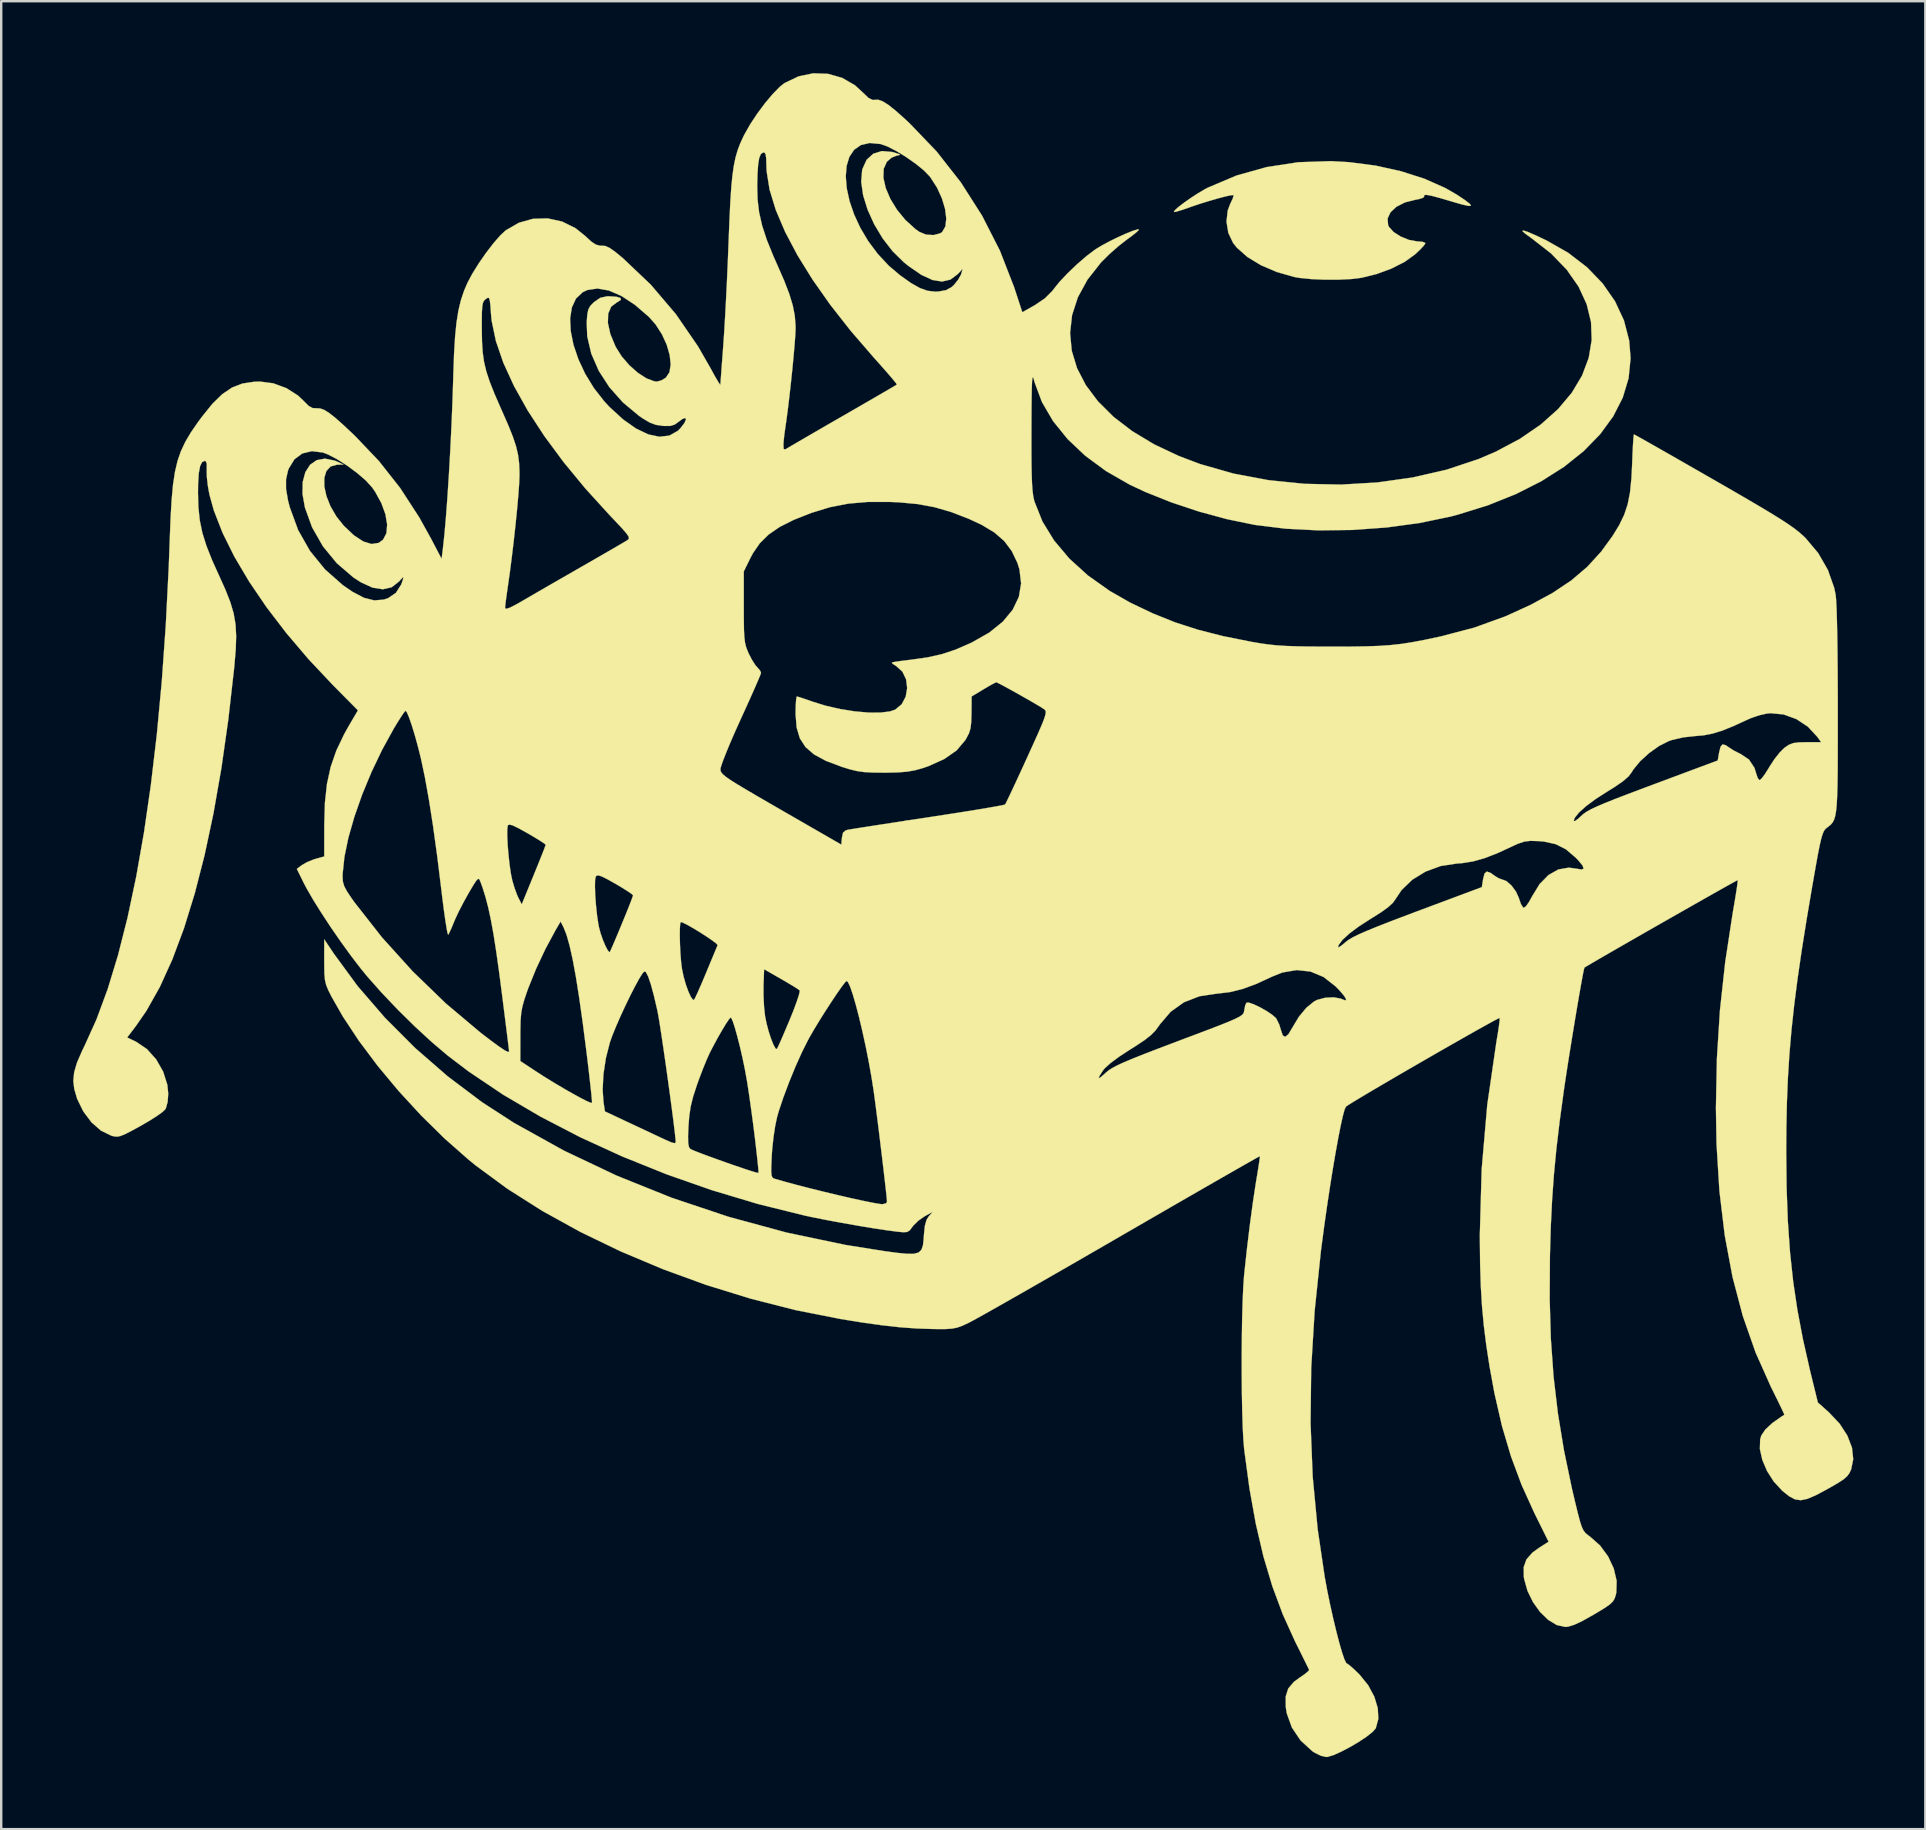
<source format=kicad_pcb>
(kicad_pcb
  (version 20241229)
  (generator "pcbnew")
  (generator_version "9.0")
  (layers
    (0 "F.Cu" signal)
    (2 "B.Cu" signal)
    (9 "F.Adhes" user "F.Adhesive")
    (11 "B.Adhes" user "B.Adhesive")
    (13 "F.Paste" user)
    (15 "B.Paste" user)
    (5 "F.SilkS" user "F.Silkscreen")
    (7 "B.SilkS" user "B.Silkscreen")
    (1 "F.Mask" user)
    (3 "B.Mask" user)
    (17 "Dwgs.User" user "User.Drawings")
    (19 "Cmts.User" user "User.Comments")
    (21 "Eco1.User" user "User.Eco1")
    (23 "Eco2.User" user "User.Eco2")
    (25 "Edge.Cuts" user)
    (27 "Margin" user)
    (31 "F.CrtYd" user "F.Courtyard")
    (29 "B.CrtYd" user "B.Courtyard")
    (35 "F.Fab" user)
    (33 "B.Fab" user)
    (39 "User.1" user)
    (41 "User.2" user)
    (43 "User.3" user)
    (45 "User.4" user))
  (footprint "perry-89mm"
    (layer "F.Cu")
    (at 36.963 34.611)
    (property "Reference" "perry-89mm" (at 0 0 0) (layer "F.SilkS") (effects (font (size 1.524 1.524) (thickness 0.3))))
    (attr through_hole)
    (fp_poly (pts (xy 16.202 -30.904) (xy 17.311 -30.76) (xy 18.37 -30.526) (xy 19.349 -30.212) (xy 20.217 -29.827) (xy 20.718 -29.537) (xy 21.053 -29.312) (xy 21.244 -29.163) (xy 21.289 -29.087) (xy 21.184 -29.08) (xy 20.926 -29.137) (xy 20.513 -29.256) (xy 20.484 -29.265) (xy 19.998 -29.408) (xy 19.656 -29.499) (xy 19.442 -29.54) (xy 19.341 -29.533) (xy 19.335 -29.483) (xy 19.34 -29.473) (xy 19.293 -29.419) (xy 19.122 -29.364) (xy 18.986 -29.339) (xy 18.54 -29.227) (xy 18.184 -29.046) (xy 17.935 -28.815) (xy 17.813 -28.554) (xy 17.836 -28.28) (xy 17.872 -28.204) (xy 18.061 -27.994) (xy 18.359 -27.803) (xy 18.705 -27.663) (xy 19.039 -27.602) (xy 19.068 -27.601) (xy 19.273 -27.583) (xy 19.383 -27.539) (xy 19.389 -27.525) (xy 19.33 -27.433) (xy 19.176 -27.267) (xy 18.961 -27.063) (xy 18.529 -26.751) (xy 17.976 -26.469) (xy 17.351 -26.239) (xy 16.727 -26.085) (xy 16.297 -26.032) (xy 15.764 -26.006) (xy 15.19 -26.005) (xy 14.631 -26.03) (xy 14.147 -26.078) (xy 13.928 -26.117) (xy 13.195 -26.325) (xy 12.533 -26.609) (xy 11.969 -26.952) (xy 11.531 -27.34) (xy 11.375 -27.536) (xy 11.176 -27.954) (xy 11.1 -28.426) (xy 11.151 -28.89) (xy 11.254 -29.162) (xy 11.352 -29.369) (xy 11.396 -29.505) (xy 11.393 -29.529) (xy 11.297 -29.526) (xy 11.074 -29.479) (xy 10.762 -29.397) (xy 10.393 -29.291) (xy 10.004 -29.171) (xy 9.629 -29.045) (xy 9.526 -29.008) (xy 9.238 -28.909) (xy 9.02 -28.843) (xy 8.912 -28.824) (xy 8.907 -28.826) (xy 8.944 -28.896) (xy 9.094 -29.032) (xy 9.326 -29.21) (xy 9.607 -29.408) (xy 9.907 -29.603) (xy 10.194 -29.773) (xy 10.325 -29.842) (xy 11.519 -30.347) (xy 12.78 -30.7) (xy 14.097 -30.901) (xy 15.455 -30.946) (xy 16.202 -30.904)) (stroke (width 0.01) (type solid)) (fill yes) (layer "F.SilkS"))
    (fp_poly (pts (xy -5.506 -34.584) (xy -4.917 -34.416) (xy -4.383 -34.107) (xy -4.043 -33.795) (xy -3.816 -33.577) (xy -3.642 -33.495) (xy -3.572 -33.499) (xy -3.417 -33.505) (xy -3.23 -33.44) (xy -2.991 -33.291) (xy -2.683 -33.045) (xy -2.287 -32.691) (xy -2.105 -32.521) (xy -0.981 -31.349) (xy 0.028 -30.062) (xy 0.911 -28.678) (xy 1.655 -27.218) (xy 2.246 -25.701) (xy 2.267 -25.638) (xy 2.591 -24.649) (xy 3.115 -24.944) (xy 3.534 -25.229) (xy 3.846 -25.542) (xy 3.884 -25.595) (xy 4.132 -25.905) (xy 4.476 -26.27) (xy 4.87 -26.647) (xy 5.272 -26.994) (xy 5.628 -27.263) (xy 5.887 -27.422) (xy 6.217 -27.599) (xy 6.576 -27.776) (xy 6.922 -27.932) (xy 7.215 -28.048) (xy 7.413 -28.105) (xy 7.443 -28.108) (xy 7.434 -28.065) (xy 7.308 -27.949) (xy 7.091 -27.78) (xy 6.971 -27.695) (xy 6.617 -27.42) (xy 6.233 -27.083) (xy 5.897 -26.751) (xy 5.867 -26.719) (xy 5.303 -26.002) (xy 4.904 -25.269) (xy 4.664 -24.526) (xy 4.581 -23.782) (xy 4.651 -23.043) (xy 4.871 -22.318) (xy 5.236 -21.613) (xy 5.743 -20.936) (xy 6.388 -20.294) (xy 7.168 -19.696) (xy 8.078 -19.147) (xy 9.116 -18.657) (xy 10.005 -18.321) (xy 11.397 -17.924) (xy 12.855 -17.65) (xy 14.355 -17.498) (xy 15.872 -17.466) (xy 17.379 -17.555) (xy 18.853 -17.762) (xy 20.267 -18.086) (xy 21.597 -18.528) (xy 22.319 -18.836) (xy 23.329 -19.373) (xy 24.196 -19.968) (xy 24.917 -20.611) (xy 25.491 -21.294) (xy 25.917 -22.007) (xy 26.194 -22.741) (xy 26.319 -23.489) (xy 26.291 -24.24) (xy 26.11 -24.985) (xy 25.772 -25.717) (xy 25.277 -26.425) (xy 24.624 -27.101) (xy 23.81 -27.736) (xy 23.806 -27.738) (xy 23.546 -27.926) (xy 23.432 -28.032) (xy 23.464 -28.057) (xy 23.64 -28.002) (xy 23.958 -27.866) (xy 24.416 -27.65) (xy 24.426 -27.646) (xy 25.334 -27.13) (xy 26.119 -26.528) (xy 26.774 -25.85) (xy 27.291 -25.106) (xy 27.663 -24.309) (xy 27.881 -23.469) (xy 27.94 -22.733) (xy 27.857 -21.899) (xy 27.613 -21.089) (xy 27.214 -20.308) (xy 26.669 -19.563) (xy 25.984 -18.861) (xy 25.167 -18.207) (xy 24.224 -17.609) (xy 23.163 -17.072) (xy 21.992 -16.602) (xy 20.717 -16.207) (xy 20.43 -16.132) (xy 19.148 -15.865) (xy 17.774 -15.679) (xy 16.353 -15.576) (xy 14.934 -15.558) (xy 13.563 -15.628) (xy 12.286 -15.786) (xy 12.258 -15.791) (xy 11.123 -16.025) (xy 9.952 -16.343) (xy 8.799 -16.727) (xy 7.72 -17.158) (xy 7.062 -17.466) (xy 6.084 -18.027) (xy 5.218 -18.664) (xy 4.476 -19.365) (xy 3.869 -20.118) (xy 3.407 -20.91) (xy 3.102 -21.731) (xy 3.084 -21.802) (xy 3.054 -21.906) (xy 3.029 -21.94) (xy 3.01 -21.891) (xy 2.996 -21.745) (xy 2.986 -21.488) (xy 2.979 -21.107) (xy 2.974 -20.587) (xy 2.971 -19.914) (xy 2.971 -19.722) (xy 2.97 -18.965) (xy 2.973 -18.357) (xy 2.982 -17.876) (xy 2.996 -17.503) (xy 3.017 -17.215) (xy 3.045 -16.994) (xy 3.082 -16.817) (xy 3.098 -16.758) (xy 3.428 -15.931) (xy 3.916 -15.135) (xy 4.553 -14.379) (xy 5.331 -13.674) (xy 6.241 -13.03) (xy 7.094 -12.544) (xy 8.024 -12.1) (xy 8.951 -11.728) (xy 9.919 -11.415) (xy 10.969 -11.148) (xy 12.145 -10.913) (xy 12.169 -10.909) (xy 12.529 -10.848) (xy 12.864 -10.801) (xy 13.202 -10.766) (xy 13.576 -10.742) (xy 14.016 -10.727) (xy 14.552 -10.718) (xy 15.215 -10.714) (xy 15.494 -10.714) (xy 16.27 -10.716) (xy 16.912 -10.725) (xy 17.454 -10.744) (xy 17.933 -10.777) (xy 18.383 -10.827) (xy 18.84 -10.898) (xy 19.338 -10.992) (xy 19.912 -11.114) (xy 20.066 -11.148) (xy 21.432 -11.508) (xy 22.728 -11.977) (xy 23.767 -12.451) (xy 24.687 -12.949) (xy 25.465 -13.469) (xy 26.131 -14.035) (xy 26.712 -14.67) (xy 27.189 -15.325) (xy 27.466 -15.778) (xy 27.672 -16.205) (xy 27.819 -16.645) (xy 27.916 -17.139) (xy 27.975 -17.728) (xy 28.004 -18.309) (xy 28.021 -18.747) (xy 28.039 -19.118) (xy 28.058 -19.392) (xy 28.074 -19.54) (xy 28.081 -19.558) (xy 28.159 -19.517) (xy 28.37 -19.4) (xy 28.697 -19.216) (xy 29.126 -18.972) (xy 29.642 -18.678) (xy 30.23 -18.341) (xy 30.876 -17.971) (xy 31.394 -17.674) (xy 32.2 -17.21) (xy 32.873 -16.819) (xy 33.429 -16.491) (xy 33.882 -16.218) (xy 34.247 -15.99) (xy 34.539 -15.797) (xy 34.774 -15.631) (xy 34.965 -15.48) (xy 35.129 -15.336) (xy 35.23 -15.24) (xy 35.756 -14.615) (xy 36.161 -13.912) (xy 36.425 -13.166) (xy 36.486 -12.869) (xy 36.506 -12.654) (xy 36.525 -12.283) (xy 36.54 -11.77) (xy 36.554 -11.127) (xy 36.564 -10.368) (xy 36.571 -9.506) (xy 36.575 -8.556) (xy 36.575 -8.06) (xy 36.575 -7.067) (xy 36.574 -6.229) (xy 36.571 -5.532) (xy 36.563 -4.961) (xy 36.55 -4.503) (xy 36.531 -4.142) (xy 36.504 -3.864) (xy 36.468 -3.656) (xy 36.421 -3.502) (xy 36.362 -3.39) (xy 36.29 -3.303) (xy 36.203 -3.228) (xy 36.116 -3.163) (xy 36.05 -3.104) (xy 35.993 -3.022) (xy 35.939 -2.895) (xy 35.883 -2.705) (xy 35.82 -2.431) (xy 35.745 -2.053) (xy 35.654 -1.55) (xy 35.541 -0.903) (xy 35.523 -0.804) (xy 35.279 0.637) (xy 35.072 1.939) (xy 34.898 3.129) (xy 34.757 4.231) (xy 34.644 5.272) (xy 34.558 6.278) (xy 34.495 7.275) (xy 34.454 8.288) (xy 34.432 9.344) (xy 34.426 10.329) (xy 34.442 11.844) (xy 34.493 13.227) (xy 34.583 14.515) (xy 34.715 15.742) (xy 34.894 16.944) (xy 35.124 18.156) (xy 35.408 19.413) (xy 35.443 19.558) (xy 35.744 20.786) (xy 36.203 21.195) (xy 36.649 21.666) (xy 36.973 22.165) (xy 37.166 22.668) (xy 37.218 23.152) (xy 37.134 23.566) (xy 37.062 23.725) (xy 36.966 23.857) (xy 36.817 23.988) (xy 36.585 24.14) (xy 36.24 24.339) (xy 36.107 24.414) (xy 35.653 24.655) (xy 35.306 24.803) (xy 35.03 24.859) (xy 34.79 24.823) (xy 34.551 24.696) (xy 34.279 24.479) (xy 34.253 24.456) (xy 33.905 24.079) (xy 33.625 23.639) (xy 33.428 23.175) (xy 33.328 22.723) (xy 33.339 22.321) (xy 33.388 22.16) (xy 33.555 21.914) (xy 33.851 21.639) (xy 34.245 21.362) (xy 34.348 21.299) (xy 34.318 21.224) (xy 34.225 21.025) (xy 34.081 20.727) (xy 33.898 20.356) (xy 33.795 20.149) (xy 33.152 18.71) (xy 32.617 17.182) (xy 32.188 15.556) (xy 31.864 13.823) (xy 31.642 11.976) (xy 31.521 10.005) (xy 31.496 8.512) (xy 31.537 6.442) (xy 31.664 4.437) (xy 31.883 2.433) (xy 32.199 0.364) (xy 32.224 0.222) (xy 32.296 -0.202) (xy 32.354 -0.562) (xy 32.392 -0.828) (xy 32.406 -0.969) (xy 32.404 -0.983) (xy 32.33 -0.946) (xy 32.128 -0.835) (xy 31.815 -0.66) (xy 31.41 -0.432) (xy 30.932 -0.162) (xy 30.398 0.142) (xy 29.826 0.467) (xy 29.236 0.803) (xy 28.644 1.141) (xy 28.07 1.47) (xy 27.532 1.779) (xy 27.047 2.058) (xy 26.634 2.297) (xy 26.312 2.485) (xy 26.099 2.611) (xy 26.017 2.662) (xy 25.992 2.75) (xy 25.946 2.983) (xy 25.881 3.336) (xy 25.801 3.787) (xy 25.711 4.313) (xy 25.614 4.891) (xy 25.515 5.496) (xy 25.416 6.107) (xy 25.322 6.7) (xy 25.237 7.251) (xy 25.165 7.738) (xy 25.152 7.832) (xy 24.982 9.081) (xy 24.848 10.216) (xy 24.745 11.288) (xy 24.669 12.347) (xy 24.615 13.444) (xy 24.58 14.63) (xy 24.579 14.69) (xy 24.568 16.469) (xy 24.617 18.128) (xy 24.73 19.708) (xy 24.912 21.248) (xy 25.165 22.789) (xy 25.495 24.37) (xy 25.621 24.906) (xy 25.737 25.383) (xy 25.827 25.725) (xy 25.902 25.96) (xy 25.975 26.117) (xy 26.059 26.227) (xy 26.167 26.317) (xy 26.25 26.376) (xy 26.667 26.745) (xy 27.002 27.2) (xy 27.238 27.703) (xy 27.359 28.217) (xy 27.346 28.702) (xy 27.328 28.789) (xy 27.28 28.943) (xy 27.208 29.07) (xy 27.084 29.193) (xy 26.881 29.337) (xy 26.57 29.527) (xy 26.383 29.637) (xy 25.93 29.891) (xy 25.589 30.051) (xy 25.335 30.129) (xy 25.222 30.14) (xy 24.866 30.062) (xy 24.506 29.845) (xy 24.167 29.516) (xy 23.872 29.103) (xy 23.643 28.635) (xy 23.504 28.139) (xy 23.49 28.05) (xy 23.485 27.65) (xy 23.599 27.325) (xy 23.851 27.041) (xy 24.111 26.852) (xy 24.522 26.588) (xy 23.924 25.38) (xy 23.399 24.223) (xy 22.954 23.028) (xy 22.579 21.762) (xy 22.264 20.39) (xy 22.064 19.295) (xy 21.929 18.418) (xy 21.825 17.595) (xy 21.749 16.785) (xy 21.698 15.944) (xy 21.669 15.028) (xy 21.658 13.994) (xy 21.657 13.801) (xy 21.734 11.068) (xy 21.967 8.378) (xy 22.347 5.762) (xy 22.411 5.379) (xy 22.458 5.061) (xy 22.484 4.844) (xy 22.485 4.761) (xy 22.407 4.794) (xy 22.201 4.902) (xy 21.885 5.076) (xy 21.478 5.303) (xy 20.998 5.575) (xy 20.462 5.88) (xy 19.89 6.207) (xy 19.299 6.548) (xy 18.707 6.89) (xy 18.132 7.224) (xy 17.594 7.539) (xy 17.109 7.824) (xy 16.697 8.07) (xy 16.374 8.265) (xy 16.16 8.399) (xy 16.076 8.459) (xy 16.019 8.584) (xy 15.945 8.86) (xy 15.855 9.266) (xy 15.753 9.785) (xy 15.642 10.398) (xy 15.525 11.087) (xy 15.406 11.833) (xy 15.288 12.618) (xy 15.173 13.424) (xy 15.066 14.232) (xy 15.034 14.478) (xy 14.774 16.964) (xy 14.63 19.347) (xy 14.603 21.645) (xy 14.692 23.876) (xy 14.899 26.062) (xy 15.195 28.067) (xy 15.301 28.639) (xy 15.421 29.223) (xy 15.549 29.796) (xy 15.678 30.333) (xy 15.802 30.81) (xy 15.916 31.202) (xy 16.012 31.486) (xy 16.086 31.637) (xy 16.107 31.655) (xy 16.215 31.728) (xy 16.402 31.891) (xy 16.627 32.109) (xy 16.647 32.129) (xy 17.004 32.569) (xy 17.26 33.045) (xy 17.404 33.524) (xy 17.428 33.973) (xy 17.321 34.361) (xy 17.318 34.368) (xy 17.182 34.521) (xy 16.931 34.718) (xy 16.603 34.936) (xy 16.237 35.151) (xy 15.873 35.341) (xy 15.552 35.484) (xy 15.311 35.556) (xy 15.261 35.56) (xy 15.032 35.508) (xy 14.76 35.373) (xy 14.669 35.312) (xy 14.183 34.866) (xy 13.826 34.334) (xy 13.613 33.744) (xy 13.57 33.479) (xy 13.566 33.043) (xy 13.672 32.708) (xy 13.907 32.429) (xy 14.152 32.25) (xy 14.371 32.099) (xy 14.512 31.98) (xy 14.545 31.929) (xy 14.501 31.839) (xy 14.395 31.625) (xy 14.241 31.314) (xy 14.053 30.935) (xy 13.953 30.734) (xy 13.448 29.62) (xy 13.011 28.447) (xy 12.637 27.194) (xy 12.321 25.84) (xy 12.056 24.365) (xy 11.838 22.746) (xy 11.836 22.733) (xy 11.803 22.333) (xy 11.775 21.793) (xy 11.755 21.143) (xy 11.741 20.413) (xy 11.734 19.631) (xy 11.733 18.828) (xy 11.74 18.032) (xy 11.752 17.274) (xy 11.772 16.584) (xy 11.798 15.989) (xy 11.83 15.521) (xy 11.837 15.452) (xy 11.949 14.414) (xy 12.071 13.402) (xy 12.198 12.458) (xy 12.324 11.627) (xy 12.357 11.43) (xy 12.417 11.065) (xy 12.463 10.768) (xy 12.489 10.576) (xy 12.492 10.521) (xy 12.418 10.559) (xy 12.208 10.676) (xy 11.875 10.865) (xy 11.428 11.12) (xy 10.879 11.434) (xy 10.239 11.802) (xy 9.518 12.217) (xy 8.729 12.672) (xy 7.881 13.162) (xy 6.987 13.679) (xy 6.682 13.856) (xy 5.759 14.39) (xy 4.868 14.904) (xy 4.02 15.392) (xy 3.229 15.846) (xy 2.506 16.259) (xy 1.865 16.624) (xy 1.318 16.934) (xy 0.877 17.182) (xy 0.554 17.36) (xy 0.363 17.462) (xy 0.339 17.474) (xy 0.084 17.591) (xy -0.126 17.666) (xy -0.342 17.708) (xy -0.611 17.726) (xy -0.985 17.726) (xy -1.146 17.724) (xy -1.815 17.702) (xy -2.511 17.651) (xy -3.268 17.567) (xy -4.122 17.447) (xy -4.995 17.305) (xy -6.86 16.936) (xy -8.729 16.46) (xy -10.581 15.888) (xy -12.395 15.227) (xy -14.15 14.488) (xy -15.827 13.678) (xy -17.405 12.807) (xy -18.863 11.883) (xy -20.18 10.915) (xy -20.489 10.664) (xy -21.486 9.785) (xy -22.463 8.823) (xy -23.399 7.806) (xy -24.271 6.76) (xy -25.056 5.713) (xy -25.731 4.691) (xy -26.2 3.867) (xy -26.334 3.6) (xy -26.421 3.387) (xy -26.471 3.176) (xy -26.494 2.917) (xy -26.5 2.558) (xy -26.501 2.387) (xy -26.501 1.483) (xy -26.105 2.075) (xy -25.11 3.433) (xy -23.969 4.754) (xy -22.708 6.017) (xy -21.35 7.198) (xy -19.918 8.276) (xy -18.596 9.132) (xy -16.511 10.29) (xy -14.315 11.332) (xy -12.027 12.252) (xy -9.663 13.044) (xy -7.244 13.702) (xy -4.788 14.218) (xy -3.184 14.474) (xy -2.625 14.55) (xy -2.211 14.59) (xy -1.919 14.588) (xy -1.726 14.533) (xy -1.611 14.417) (xy -1.549 14.231) (xy -1.52 13.965) (xy -1.51 13.811) (xy -1.472 13.43) (xy -1.401 13.176) (xy -1.31 13.031) (xy -1.143 12.841) (xy -1.485 13.03) (xy -1.738 13.206) (xy -1.95 13.413) (xy -1.993 13.47) (xy -2.099 13.612) (xy -2.208 13.68) (xy -2.377 13.691) (xy -2.625 13.667) (xy -3.072 13.608) (xy -3.639 13.522) (xy -4.28 13.415) (xy -4.949 13.297) (xy -5.601 13.176) (xy -6.189 13.058) (xy -6.496 12.992) (xy -8.428 12.513) (xy -10.347 11.938) (xy -12.234 11.277) (xy -14.068 10.539) (xy -15.829 9.733) (xy -17.497 8.868) (xy -19.052 7.954) (xy -20.474 6.998) (xy -21.056 6.556) (xy -18.33 6.556) (xy -17.732 6.951) (xy -17.345 7.201) (xy -16.933 7.455) (xy -16.521 7.7) (xy -16.134 7.921) (xy -15.798 8.105) (xy -15.538 8.236) (xy -15.379 8.301) (xy -15.342 8.3) (xy -15.345 8.201) (xy -15.367 7.957) (xy -15.388 7.756) (xy -14.899 7.756) (xy -14.864 8.253) (xy -14.804 8.655) (xy -13.688 9.179) (xy -13.263 9.378) (xy -12.868 9.564) (xy -12.54 9.718) (xy -12.317 9.822) (xy -12.277 9.841) (xy -12.029 9.949) (xy -11.898 9.981) (xy -11.854 9.943) (xy -11.853 9.927) (xy -11.865 9.765) (xy -11.874 9.686) (xy -11.339 9.686) (xy -11.334 9.962) (xy -11.306 10.128) (xy -11.253 10.215) (xy -11.251 10.216) (xy -11.144 10.269) (xy -10.914 10.361) (xy -10.593 10.483) (xy -10.211 10.622) (xy -9.8 10.769) (xy -9.391 10.912) (xy -9.016 11.04) (xy -8.705 11.141) (xy -8.49 11.206) (xy -8.402 11.222) (xy -8.402 11.222) (xy -8.404 11.154) (xy -7.873 11.154) (xy -7.86 11.319) (xy -7.825 11.408) (xy -7.765 11.45) (xy -7.738 11.46) (xy -7.314 11.582) (xy -6.806 11.72) (xy -6.244 11.864) (xy -5.657 12.01) (xy -5.072 12.15) (xy -4.52 12.277) (xy -4.027 12.384) (xy -3.624 12.466) (xy -3.339 12.514) (xy -3.239 12.524) (xy -3.088 12.486) (xy -3.048 12.416) (xy -3.058 12.285) (xy -3.086 12.013) (xy -3.13 11.628) (xy -3.184 11.157) (xy -3.247 10.627) (xy -3.315 10.066) (xy -3.384 9.501) (xy -3.452 8.96) (xy -3.515 8.469) (xy -3.569 8.056) (xy -3.606 7.789) (xy -3.687 7.273) (xy 5.77 7.273) (xy 5.84 7.245) (xy 6.021 7.089) (xy 6.075 7.038) (xy 6.186 6.946) (xy 6.336 6.849) (xy 6.542 6.74) (xy 6.82 6.612) (xy 7.188 6.457) (xy 7.662 6.268) (xy 8.26 6.037) (xy 8.998 5.758) (xy 9.102 5.718) (xy 9.828 5.445) (xy 10.411 5.224) (xy 10.868 5.047) (xy 11.213 4.908) (xy 11.463 4.799) (xy 11.634 4.712) (xy 11.741 4.641) (xy 11.8 4.578) (xy 11.827 4.516) (xy 11.838 4.447) (xy 11.839 4.445) (xy 11.878 4.243) (xy 11.929 4.126) (xy 12.037 4.123) (xy 12.241 4.195) (xy 12.498 4.317) (xy 12.765 4.468) (xy 12.999 4.624) (xy 13.157 4.763) (xy 13.18 4.794) (xy 13.298 5.034) (xy 13.369 5.266) (xy 13.445 5.489) (xy 13.546 5.548) (xy 13.678 5.442) (xy 13.839 5.173) (xy 14.115 4.714) (xy 14.428 4.337) (xy 14.747 4.076) (xy 14.876 4.009) (xy 15.212 3.919) (xy 15.568 3.901) (xy 15.867 3.957) (xy 15.923 3.982) (xy 16.062 4.033) (xy 16.085 3.98) (xy 15.998 3.835) (xy 15.808 3.612) (xy 15.642 3.442) (xy 15.145 3.054) (xy 14.603 2.828) (xy 14.028 2.765) (xy 13.43 2.867) (xy 13.006 3.036) (xy 12.347 3.341) (xy 11.779 3.551) (xy 11.261 3.681) (xy 10.753 3.743) (xy 10.71 3.746) (xy 9.971 3.857) (xy 9.325 4.109) (xy 8.775 4.501) (xy 8.322 5.031) (xy 8.287 5.083) (xy 8.134 5.291) (xy 7.942 5.483) (xy 7.68 5.688) (xy 7.316 5.931) (xy 7.089 6.073) (xy 6.631 6.372) (xy 6.269 6.64) (xy 6.025 6.86) (xy 5.959 6.941) (xy 5.81 7.172) (xy 5.77 7.273) (xy -3.687 7.273) (xy -3.701 7.188) (xy -3.814 6.559) (xy -3.94 5.927) (xy -4.075 5.312) (xy -4.211 4.737) (xy -4.345 4.223) (xy -4.47 3.792) (xy -4.581 3.467) (xy -4.673 3.269) (xy -4.729 3.217) (xy -4.802 3.285) (xy -4.944 3.472) (xy -5.139 3.75) (xy -5.368 4.093) (xy -5.615 4.474) (xy -5.862 4.867) (xy -6.091 5.245) (xy -6.285 5.58) (xy -6.335 5.673) (xy -6.59 6.18) (xy -6.862 6.786) (xy -7.128 7.436) (xy -7.368 8.074) (xy -7.559 8.645) (xy -7.628 8.884) (xy -7.706 9.253) (xy -7.777 9.717) (xy -7.83 10.206) (xy -7.849 10.468) (xy -7.868 10.88) (xy -7.873 11.154) (xy -8.404 11.154) (xy -8.404 11.136) (xy -8.425 10.909) (xy -8.46 10.57) (xy -8.508 10.146) (xy -8.552 9.771) (xy -8.624 9.195) (xy -8.707 8.583) (xy -8.79 7.993) (xy -8.867 7.488) (xy -8.894 7.324) (xy -8.976 6.875) (xy -9.074 6.406) (xy -9.181 5.943) (xy -9.289 5.518) (xy -9.39 5.159) (xy -9.477 4.895) (xy -9.542 4.756) (xy -9.561 4.741) (xy -9.629 4.811) (xy -9.757 5) (xy -9.924 5.276) (xy -10.114 5.608) (xy -10.306 5.965) (xy -10.441 6.227) (xy -10.56 6.492) (xy -10.711 6.86) (xy -10.869 7.275) (xy -10.965 7.54) (xy -11.126 8.034) (xy -11.23 8.451) (xy -11.291 8.87) (xy -11.322 9.273) (xy -11.339 9.686) (xy -11.874 9.686) (xy -11.899 9.462) (xy -11.95 9.044) (xy -12.016 8.538) (xy -12.092 7.971) (xy -12.174 7.37) (xy -12.26 6.759) (xy -12.345 6.167) (xy -12.426 5.62) (xy -12.499 5.143) (xy -12.56 4.765) (xy -12.605 4.51) (xy -12.613 4.472) (xy -12.757 3.851) (xy -12.887 3.368) (xy -13.002 3.031) (xy -13.098 2.849) (xy -13.157 2.818) (xy -13.24 2.908) (xy -13.376 3.125) (xy -13.549 3.441) (xy -13.746 3.826) (xy -13.953 4.253) (xy -14.156 4.692) (xy -14.341 5.115) (xy -14.495 5.494) (xy -14.597 5.78) (xy -14.763 6.431) (xy -14.866 7.11) (xy -14.899 7.756) (xy -15.388 7.756) (xy -15.406 7.592) (xy -15.458 7.129) (xy -15.521 6.592) (xy -15.578 6.127) (xy -15.731 4.94) (xy -15.876 3.915) (xy -16.014 3.046) (xy -16.147 2.325) (xy -16.276 1.746) (xy -16.402 1.301) (xy -16.526 0.985) (xy -16.545 0.947) (xy -16.652 0.743) (xy -16.867 1.112) (xy -17.282 1.883) (xy -17.672 2.713) (xy -17.997 3.515) (xy -18.042 3.641) (xy -18.163 3.998) (xy -18.244 4.287) (xy -18.293 4.561) (xy -18.318 4.873) (xy -18.327 5.277) (xy -18.328 5.5) (xy -18.33 6.556) (xy -21.056 6.556) (xy -21.363 6.322) (xy -22.016 5.768) (xy -22.72 5.12) (xy -23.431 4.42) (xy -24.108 3.709) (xy -24.709 3.03) (xy -24.972 2.709) (xy -25.377 2.182) (xy -25.803 1.594) (xy -26.227 0.981) (xy -26.625 0.375) (xy -26.975 -0.186) (xy -27.252 -0.669) (xy -27.361 -0.877) (xy -27.477 -1.114) (xy -25.737 -1.114) (xy -25.724 -0.921) (xy -25.671 -0.737) (xy -25.559 -0.523) (xy -25.368 -0.236) (xy -25.239 -0.056) (xy -24.092 1.407) (xy -22.811 2.824) (xy -21.43 4.159) (xy -19.983 5.377) (xy -19.558 5.702) (xy -19.21 5.957) (xy -18.977 6.112) (xy -18.844 6.177) (xy -18.797 6.161) (xy -18.796 6.152) (xy -18.806 6.064) (xy -18.835 5.83) (xy -18.879 5.471) (xy -18.937 5.009) (xy -19.005 4.467) (xy -19.081 3.865) (xy -19.089 3.803) (xy -19.217 2.818) (xy -19.335 1.982) (xy -19.446 1.274) (xy -19.555 0.674) (xy -19.665 0.162) (xy -19.781 -0.282) (xy -19.905 -0.678) (xy -19.99 -0.912) (xy -20.033 -1.01) (xy -20.08 -1.041) (xy -20.148 -0.984) (xy -20.258 -0.822) (xy -20.428 -0.537) (xy -20.49 -0.431) (xy -20.698 -0.056) (xy -20.897 0.329) (xy -21.051 0.66) (xy -21.09 0.753) (xy -21.199 1.017) (xy -21.291 1.216) (xy -21.335 1.294) (xy -21.361 1.233) (xy -21.401 1.026) (xy -21.454 0.695) (xy -21.515 0.263) (xy -21.58 -0.249) (xy -21.624 -0.611) (xy -21.793 -1.983) (xy -21.945 -3.086) (xy -18.875 -3.086) (xy -18.874 -2.797) (xy -18.855 -2.425) (xy -18.82 -2.013) (xy -18.774 -1.603) (xy -18.72 -1.238) (xy -18.665 -0.973) (xy -18.571 -0.657) (xy -18.464 -0.365) (xy -18.406 -0.237) (xy -18.27 0.026) (xy -17.97 -0.707) (xy -15.219 -0.707) (xy -15.207 -0.349) (xy -15.177 0.055) (xy -15.134 0.462) (xy -15.08 0.832) (xy -15.053 0.974) (xy -14.985 1.231) (xy -14.889 1.506) (xy -14.783 1.757) (xy -14.686 1.942) (xy -14.616 2.02) (xy -14.603 2.016) (xy -14.56 1.93) (xy -14.466 1.716) (xy -14.332 1.403) (xy -14.31 1.349) (xy -11.684 1.349) (xy -11.675 1.702) (xy -11.657 2.071) (xy -11.63 2.417) (xy -11.595 2.701) (xy -11.594 2.704) (xy -11.526 3.034) (xy -11.432 3.364) (xy -11.326 3.658) (xy -11.223 3.883) (xy -11.135 4.003) (xy -11.088 4.005) (xy -11.034 3.905) (xy -10.93 3.68) (xy -10.814 3.415) (xy -8.195 3.415) (xy -8.195 3.844) (xy -8.171 4.303) (xy -8.129 4.686) (xy -8.067 4.995) (xy -7.98 5.321) (xy -7.88 5.627) (xy -7.781 5.875) (xy -7.695 6.031) (xy -7.639 6.058) (xy -7.593 5.969) (xy -7.494 5.752) (xy -7.356 5.435) (xy -7.191 5.047) (xy -7.108 4.849) (xy -6.941 4.437) (xy -6.809 4.078) (xy -6.719 3.804) (xy -6.683 3.641) (xy -6.688 3.612) (xy -6.787 3.541) (xy -6.998 3.409) (xy -7.284 3.239) (xy -7.463 3.135) (xy -8.17 2.73) (xy -8.195 3.415) (xy -10.814 3.415) (xy -10.789 3.36) (xy -10.627 2.976) (xy -10.586 2.879) (xy -10.422 2.482) (xy -10.279 2.139) (xy -10.171 1.88) (xy -10.145 1.817) (xy 15.748 1.817) (xy 15.804 1.804) (xy 15.946 1.7) (xy 16.066 1.597) (xy 16.189 1.504) (xy 16.369 1.398) (xy 16.621 1.274) (xy 16.961 1.125) (xy 17.405 0.944) (xy 17.969 0.724) (xy 18.67 0.458) (xy 19.061 0.311) (xy 21.74 -0.69) (xy 21.793 -1.022) (xy 21.854 -1.26) (xy 21.953 -1.341) (xy 22.118 -1.277) (xy 22.244 -1.185) (xy 22.427 -1.067) (xy 22.567 -1.016) (xy 22.569 -1.016) (xy 22.764 -0.944) (xy 22.976 -0.758) (xy 23.164 -0.504) (xy 23.288 -0.227) (xy 23.294 -0.203) (xy 23.372 0.019) (xy 23.459 0.153) (xy 23.495 0.169) (xy 23.586 0.099) (xy 23.714 -0.085) (xy 23.833 -0.303) (xy 24.149 -0.819) (xy 24.519 -1.196) (xy 24.929 -1.427) (xy 25.366 -1.503) (xy 25.675 -1.461) (xy 25.898 -1.423) (xy 25.985 -1.465) (xy 25.937 -1.593) (xy 25.754 -1.814) (xy 25.647 -1.924) (xy 25.245 -2.267) (xy 24.825 -2.48) (xy 24.329 -2.59) (xy 24.105 -2.609) (xy 23.763 -2.619) (xy 23.503 -2.587) (xy 23.24 -2.498) (xy 23.004 -2.389) (xy 22.377 -2.099) (xy 21.848 -1.895) (xy 21.378 -1.763) (xy 20.926 -1.691) (xy 20.699 -1.674) (xy 20.024 -1.57) (xy 19.395 -1.339) (xy 18.842 -0.999) (xy 18.395 -0.568) (xy 18.155 -0.208) (xy 18.036 -0.04) (xy 17.842 0.14) (xy 17.55 0.352) (xy 17.132 0.616) (xy 17.082 0.647) (xy 16.606 0.954) (xy 16.218 1.245) (xy 15.935 1.505) (xy 15.776 1.717) (xy 15.748 1.817) (xy -10.145 1.817) (xy -10.112 1.739) (xy -10.107 1.727) (xy -10.162 1.659) (xy -10.329 1.532) (xy -10.571 1.366) (xy -10.852 1.186) (xy -11.137 1.013) (xy -11.39 0.871) (xy -11.574 0.781) (xy -11.641 0.762) (xy -11.667 0.84) (xy -11.681 1.048) (xy -11.684 1.349) (xy -14.31 1.349) (xy -14.171 1.018) (xy -14.101 0.848) (xy -13.934 0.441) (xy -13.793 0.09) (xy -13.69 -0.176) (xy -13.637 -0.327) (xy -13.631 -0.348) (xy -13.7 -0.414) (xy -13.886 -0.54) (xy -14.156 -0.708) (xy -14.372 -0.835) (xy -14.714 -1.027) (xy -14.941 -1.139) (xy -15.079 -1.181) (xy -15.157 -1.164) (xy -15.186 -1.127) (xy -15.214 -0.981) (xy -15.219 -0.707) (xy -17.97 -0.707) (xy -17.771 -1.193) (xy -17.6 -1.614) (xy -17.454 -1.978) (xy -17.344 -2.257) (xy -17.282 -2.424) (xy -17.272 -2.458) (xy -17.341 -2.516) (xy -17.527 -2.638) (xy -17.799 -2.804) (xy -18.038 -2.943) (xy -18.391 -3.139) (xy -18.625 -3.254) (xy -18.766 -3.297) (xy -18.838 -3.277) (xy -18.854 -3.25) (xy -18.875 -3.086) (xy -21.945 -3.086) (xy -21.964 -3.224) (xy -22.136 -4.325) (xy -22.307 -5.276) (xy -22.377 -5.608) (xy -9.991 -5.608) (xy -9.984 -5.539) (xy -9.952 -5.469) (xy -9.883 -5.388) (xy -9.761 -5.287) (xy -9.572 -5.155) (xy -9.301 -4.984) (xy -8.934 -4.764) (xy -8.457 -4.484) (xy -7.854 -4.135) (xy -7.472 -3.914) (xy -4.953 -2.463) (xy -4.927 -2.75) (xy -4.882 -2.958) (xy -4.768 -3.056) (xy -4.673 -3.082) (xy -4.539 -3.105) (xy -4.258 -3.15) (xy -3.85 -3.214) (xy -3.335 -3.294) (xy -2.733 -3.386) (xy -2.326 -3.449) (xy 25.569 -3.449) (xy 25.621 -3.444) (xy 25.755 -3.541) (xy 25.875 -3.652) (xy 25.977 -3.743) (xy 26.109 -3.835) (xy 26.289 -3.935) (xy 26.534 -4.051) (xy 26.86 -4.19) (xy 27.286 -4.361) (xy 27.828 -4.569) (xy 28.504 -4.824) (xy 28.876 -4.963) (xy 31.572 -5.969) (xy 31.626 -6.286) (xy 31.688 -6.54) (xy 31.775 -6.641) (xy 31.912 -6.602) (xy 32.017 -6.528) (xy 32.235 -6.386) (xy 32.499 -6.252) (xy 32.528 -6.239) (xy 32.873 -6.008) (xy 33.104 -5.658) (xy 33.179 -5.412) (xy 33.24 -5.231) (xy 33.315 -5.148) (xy 33.316 -5.148) (xy 33.396 -5.212) (xy 33.53 -5.39) (xy 33.692 -5.645) (xy 33.726 -5.704) (xy 33.93 -6.017) (xy 34.154 -6.302) (xy 34.351 -6.496) (xy 34.355 -6.5) (xy 34.541 -6.625) (xy 34.725 -6.695) (xy 34.967 -6.725) (xy 35.269 -6.731) (xy 35.88 -6.731) (xy 35.721 -6.954) (xy 35.329 -7.377) (xy 34.847 -7.695) (xy 34.315 -7.888) (xy 33.772 -7.939) (xy 33.621 -7.925) (xy 33.307 -7.854) (xy 32.958 -7.735) (xy 32.808 -7.67) (xy 32.231 -7.404) (xy 31.761 -7.214) (xy 31.36 -7.09) (xy 30.991 -7.018) (xy 30.649 -6.988) (xy 30.135 -6.932) (xy 29.656 -6.82) (xy 29.528 -6.776) (xy 29.128 -6.574) (xy 28.715 -6.28) (xy 28.34 -5.939) (xy 28.055 -5.593) (xy 27.987 -5.481) (xy 27.854 -5.304) (xy 27.625 -5.105) (xy 27.279 -4.866) (xy 26.964 -4.671) (xy 26.484 -4.363) (xy 26.086 -4.067) (xy 25.789 -3.8) (xy 25.612 -3.578) (xy 25.569 -3.449) (xy -2.326 -3.449) (xy -2.064 -3.489) (xy -1.349 -3.597) (xy -1.312 -3.603) (xy -0.604 -3.712) (xy 0.051 -3.814) (xy 0.634 -3.908) (xy 1.126 -3.99) (xy 1.509 -4.057) (xy 1.764 -4.106) (xy 1.871 -4.133) (xy 1.873 -4.134) (xy 1.921 -4.224) (xy 2.029 -4.447) (xy 2.187 -4.78) (xy 2.384 -5.203) (xy 2.61 -5.693) (xy 2.792 -6.091) (xy 3.06 -6.681) (xy 3.264 -7.136) (xy 3.411 -7.476) (xy 3.506 -7.719) (xy 3.556 -7.884) (xy 3.569 -7.99) (xy 3.551 -8.056) (xy 3.508 -8.1) (xy 3.501 -8.105) (xy 3.367 -8.192) (xy 3.133 -8.332) (xy 2.832 -8.506) (xy 2.499 -8.695) (xy 2.167 -8.881) (xy 1.87 -9.044) (xy 1.643 -9.165) (xy 1.518 -9.225) (xy 1.506 -9.229) (xy 1.415 -9.188) (xy 1.222 -9.082) (xy 0.97 -8.933) (xy 0.479 -8.638) (xy 0.473 -7.932) (xy 0.462 -7.563) (xy 0.431 -7.303) (xy 0.365 -7.095) (xy 0.25 -6.877) (xy 0.209 -6.809) (xy -0.147 -6.389) (xy -0.661 -6.029) (xy -1.329 -5.729) (xy -1.566 -5.648) (xy -1.889 -5.559) (xy -2.212 -5.502) (xy -2.588 -5.472) (xy -3.07 -5.461) (xy -3.175 -5.461) (xy -3.646 -5.466) (xy -4.005 -5.486) (xy -4.308 -5.53) (xy -4.614 -5.605) (xy -4.942 -5.707) (xy -5.591 -5.952) (xy -6.086 -6.219) (xy -6.444 -6.527) (xy -6.681 -6.895) (xy -6.814 -7.342) (xy -6.858 -7.887) (xy -6.858 -7.93) (xy -6.852 -8.252) (xy -6.836 -8.497) (xy -6.814 -8.626) (xy -6.805 -8.636) (xy -6.704 -8.609) (xy -6.49 -8.539) (xy -6.205 -8.439) (xy -6.178 -8.429) (xy -5.609 -8.252) (xy -5.006 -8.114) (xy -4.402 -8.017) (xy -3.832 -7.966) (xy -3.329 -7.964) (xy -2.926 -8.013) (xy -2.707 -8.087) (xy -2.435 -8.313) (xy -2.269 -8.627) (xy -2.208 -8.987) (xy -2.252 -9.348) (xy -2.404 -9.668) (xy -2.662 -9.903) (xy -2.681 -9.914) (xy -2.816 -10.001) (xy -2.848 -10.05) (xy -2.756 -10.072) (xy -2.535 -10.107) (xy -2.225 -10.147) (xy -2.065 -10.166) (xy -1.364 -10.265) (xy -0.763 -10.399) (xy -0.193 -10.588) (xy 0.414 -10.852) (xy 0.504 -10.895) (xy 1.217 -11.301) (xy 1.78 -11.755) (xy 2.191 -12.252) (xy 2.446 -12.785) (xy 2.541 -13.347) (xy 2.472 -13.932) (xy 2.385 -14.208) (xy 2.15 -14.699) (xy 1.84 -15.112) (xy 1.429 -15.469) (xy 0.894 -15.792) (xy 0.346 -16.046) (xy -0.387 -16.328) (xy -1.072 -16.526) (xy -1.772 -16.655) (xy -2.548 -16.727) (xy -2.921 -16.743) (xy -3.843 -16.744) (xy -4.66 -16.673) (xy -5.425 -16.524) (xy -6.19 -16.29) (xy -6.207 -16.284) (xy -6.936 -15.996) (xy -7.52 -15.702) (xy -7.982 -15.384) (xy -8.346 -15.025) (xy -8.635 -14.607) (xy -8.741 -14.407) (xy -9.017 -13.847) (xy -9.017 -12.363) (xy -9.015 -11.819) (xy -9.009 -11.413) (xy -8.993 -11.114) (xy -8.967 -10.891) (xy -8.925 -10.713) (xy -8.865 -10.548) (xy -8.819 -10.441) (xy -8.679 -10.169) (xy -8.535 -9.944) (xy -8.459 -9.857) (xy -8.336 -9.714) (xy -8.297 -9.623) (xy -8.331 -9.524) (xy -8.427 -9.294) (xy -8.574 -8.956) (xy -8.763 -8.53) (xy -8.985 -8.041) (xy -9.144 -7.692) (xy -9.383 -7.162) (xy -9.596 -6.671) (xy -9.772 -6.244) (xy -9.903 -5.905) (xy -9.977 -5.68) (xy -9.991 -5.608) (xy -22.377 -5.608) (xy -22.475 -6.067) (xy -22.482 -6.096) (xy -22.601 -6.57) (xy -22.726 -7.023) (xy -22.849 -7.424) (xy -22.961 -7.748) (xy -23.051 -7.963) (xy -23.11 -8.043) (xy -23.111 -8.043) (xy -23.173 -7.975) (xy -23.298 -7.791) (xy -23.468 -7.522) (xy -23.6 -7.303) (xy -24.088 -6.416) (xy -24.531 -5.489) (xy -24.919 -4.552) (xy -25.243 -3.631) (xy -25.494 -2.754) (xy -25.66 -1.949) (xy -25.734 -1.243) (xy -25.737 -1.114) (xy -27.477 -1.114) (xy -27.643 -1.45) (xy -27.432 -1.609) (xy -27.213 -1.734) (xy -26.931 -1.847) (xy -26.861 -1.868) (xy -26.501 -1.969) (xy -26.499 -3.292) (xy -26.473 -4.202) (xy -26.387 -4.991) (xy -26.232 -5.703) (xy -25.997 -6.38) (xy -25.672 -7.062) (xy -25.46 -7.44) (xy -25.097 -8.058) (xy -26.159 -9.132) (xy -27.159 -10.195) (xy -28.077 -11.275) (xy -28.904 -12.355) (xy -29.629 -13.422) (xy -30.244 -14.461) (xy -30.738 -15.456) (xy -31.103 -16.394) (xy -31.286 -17.055) (xy -31.328 -17.286) (xy -28.093 -17.286) (xy -28.011 -16.808) (xy -27.938 -16.523) (xy -27.589 -15.571) (xy -27.097 -14.704) (xy -26.471 -13.933) (xy -25.721 -13.272) (xy -25.315 -12.994) (xy -24.837 -12.745) (xy -24.415 -12.64) (xy -24.02 -12.673) (xy -23.838 -12.735) (xy -23.514 -12.955) (xy -23.293 -13.304) (xy -23.238 -13.459) (xy -23.203 -13.589) (xy -23.226 -13.6) (xy -23.329 -13.489) (xy -23.379 -13.431) (xy -23.687 -13.189) (xy -24.058 -13.103) (xy -24.49 -13.173) (xy -24.98 -13.398) (xy -25.287 -13.597) (xy -25.975 -14.188) (xy -26.556 -14.895) (xy -27.009 -15.69) (xy -27.306 -16.51) (xy -27.407 -17.077) (xy -27.398 -17.573) (xy -27.289 -17.983) (xy -27.091 -18.292) (xy -26.814 -18.485) (xy -26.469 -18.548) (xy -26.066 -18.466) (xy -25.95 -18.418) (xy -25.696 -18.302) (xy -25.967 -18.295) (xy -26.236 -18.221) (xy -26.412 -18.03) (xy -26.498 -17.745) (xy -26.497 -17.39) (xy -26.41 -16.988) (xy -26.241 -16.562) (xy -25.992 -16.135) (xy -25.689 -15.755) (xy -25.264 -15.352) (xy -24.875 -15.097) (xy -24.529 -14.99) (xy -24.232 -15.036) (xy -24.049 -15.171) (xy -23.909 -15.439) (xy -23.879 -15.802) (xy -23.951 -16.231) (xy -24.121 -16.697) (xy -24.382 -17.171) (xy -24.505 -17.348) (xy -24.76 -17.63) (xy -25.119 -17.941) (xy -25.535 -18.25) (xy -25.961 -18.522) (xy -26.349 -18.724) (xy -26.556 -18.802) (xy -27.015 -18.86) (xy -27.416 -18.763) (xy -27.743 -18.52) (xy -27.976 -18.141) (xy -28.013 -18.043) (xy -28.093 -17.683) (xy -28.093 -17.286) (xy -31.328 -17.286) (xy -31.353 -17.426) (xy -31.393 -17.79) (xy -31.399 -18.07) (xy -31.398 -18.076) (xy -31.397 -18.34) (xy -31.448 -18.452) (xy -31.471 -18.457) (xy -31.59 -18.404) (xy -31.675 -18.234) (xy -31.73 -17.934) (xy -31.757 -17.489) (xy -31.762 -17.118) (xy -31.745 -16.517) (xy -31.688 -15.977) (xy -31.58 -15.456) (xy -31.41 -14.912) (xy -31.168 -14.302) (xy -30.897 -13.703) (xy -30.62 -13.089) (xy -30.416 -12.57) (xy -30.277 -12.103) (xy -30.198 -11.647) (xy -30.171 -11.159) (xy -30.189 -10.596) (xy -30.246 -9.915) (xy -30.258 -9.794) (xy -30.501 -7.656) (xy -30.787 -5.647) (xy -31.116 -3.77) (xy -31.486 -2.03) (xy -31.896 -0.432) (xy -32.345 1.022) (xy -32.832 2.325) (xy -33.355 3.475) (xy -33.913 4.466) (xy -34.347 5.094) (xy -34.712 5.574) (xy -34.335 5.756) (xy -33.887 6.06) (xy -33.505 6.487) (xy -33.214 6.996) (xy -33.04 7.544) (xy -33.002 7.916) (xy -33.027 8.261) (xy -33.099 8.521) (xy -33.126 8.57) (xy -33.249 8.686) (xy -33.487 8.856) (xy -33.806 9.058) (xy -34.158 9.262) (xy -34.541 9.471) (xy -34.81 9.608) (xy -34.999 9.683) (xy -35.141 9.709) (xy -35.269 9.695) (xy -35.378 9.666) (xy -35.806 9.456) (xy -36.202 9.109) (xy -36.541 8.657) (xy -36.798 8.132) (xy -36.918 7.725) (xy -36.958 7.38) (xy -36.922 7.022) (xy -36.801 6.613) (xy -36.586 6.12) (xy -36.491 5.926) (xy -35.992 4.823) (xy -35.526 3.561) (xy -35.094 2.144) (xy -34.697 0.578) (xy -34.336 -1.129) (xy -34.012 -2.973) (xy -33.726 -4.947) (xy -33.478 -7.046) (xy -33.271 -9.263) (xy -33.105 -11.592) (xy -32.981 -14.028) (xy -32.938 -15.198) (xy -32.903 -16.091) (xy -32.86 -16.839) (xy -32.802 -17.467) (xy -32.721 -17.998) (xy -32.613 -18.457) (xy -32.47 -18.868) (xy -32.286 -19.256) (xy -32.055 -19.645) (xy -31.77 -20.059) (xy -31.606 -20.282) (xy -31.165 -20.829) (xy -30.753 -21.233) (xy -30.343 -21.51) (xy -29.908 -21.678) (xy -29.419 -21.752) (xy -29.174 -21.759) (xy -28.621 -21.686) (xy -28.075 -21.484) (xy -27.594 -21.178) (xy -27.354 -20.949) (xy -27.149 -20.744) (xy -26.98 -20.654) (xy -26.821 -20.647) (xy -26.673 -20.64) (xy -26.507 -20.582) (xy -26.304 -20.457) (xy -26.044 -20.253) (xy -25.709 -19.956) (xy -25.279 -19.552) (xy -25.2 -19.475) (xy -24.216 -18.441) (xy -23.336 -17.323) (xy -22.536 -16.09) (xy -22.051 -15.215) (xy -21.609 -14.371) (xy -21.558 -14.785) (xy -21.494 -15.37) (xy -21.43 -16.097) (xy -21.367 -16.938) (xy -21.307 -17.864) (xy -21.251 -18.848) (xy -21.201 -19.863) (xy -21.159 -20.879) (xy -21.126 -21.87) (xy -21.121 -22.056) (xy -21.091 -22.912) (xy -21.048 -23.625) (xy -20.989 -24.22) (xy -20.976 -24.299) (xy -19.935 -24.299) (xy -19.935 -23.946) (xy -19.926 -23.424) (xy -19.898 -22.98) (xy -19.841 -22.579) (xy -19.746 -22.181) (xy -19.604 -21.75) (xy -19.405 -21.25) (xy -19.14 -20.641) (xy -19.089 -20.528) (xy -18.831 -19.939) (xy -18.641 -19.464) (xy -18.509 -19.069) (xy -18.426 -18.717) (xy -18.381 -18.373) (xy -18.365 -18) (xy -18.365 -17.845) (xy -18.377 -17.512) (xy -18.411 -17.045) (xy -18.461 -16.475) (xy -18.525 -15.836) (xy -18.599 -15.159) (xy -18.68 -14.477) (xy -18.764 -13.824) (xy -18.842 -13.272) (xy -18.895 -12.906) (xy -18.937 -12.595) (xy -18.961 -12.382) (xy -18.965 -12.321) (xy -18.913 -12.288) (xy -18.751 -12.343) (xy -18.467 -12.49) (xy -18.267 -12.605) (xy -17.985 -12.769) (xy -17.589 -12.999) (xy -17.111 -13.275) (xy -16.584 -13.578) (xy -16.041 -13.89) (xy -15.833 -14.01) (xy -15.331 -14.298) (xy -14.87 -14.564) (xy -14.472 -14.794) (xy -14.161 -14.975) (xy -13.96 -15.093) (xy -13.903 -15.127) (xy -13.832 -15.177) (xy -13.802 -15.232) (xy -13.824 -15.313) (xy -13.913 -15.44) (xy -14.081 -15.634) (xy -14.343 -15.914) (xy -14.612 -16.197) (xy -15.621 -17.307) (xy -16.53 -18.41) (xy -17.332 -19.495) (xy -18.021 -20.553) (xy -18.591 -21.572) (xy -19.036 -22.542) (xy -19.348 -23.451) (xy -19.523 -24.291) (xy -19.533 -24.388) (xy -16.254 -24.388) (xy -16.229 -23.862) (xy -16.113 -23.288) (xy -15.91 -22.689) (xy -15.626 -22.082) (xy -15.264 -21.49) (xy -14.829 -20.933) (xy -14.618 -20.705) (xy -14.049 -20.184) (xy -13.506 -19.801) (xy -12.998 -19.558) (xy -12.533 -19.46) (xy -12.121 -19.507) (xy -11.77 -19.703) (xy -11.663 -19.809) (xy -11.494 -20.028) (xy -11.425 -20.18) (xy -11.454 -20.244) (xy -11.578 -20.198) (xy -11.701 -20.107) (xy -11.892 -19.969) (xy -12.077 -19.91) (xy -12.334 -19.909) (xy -12.41 -19.915) (xy -12.687 -19.958) (xy -12.942 -20.055) (xy -13.235 -20.23) (xy -13.389 -20.337) (xy -14.056 -20.893) (xy -14.617 -21.524) (xy -15.06 -22.208) (xy -15.372 -22.923) (xy -15.541 -23.645) (xy -15.563 -24.23) (xy -15.538 -24.554) (xy -15.495 -24.763) (xy -15.414 -24.912) (xy -15.274 -25.055) (xy -15.257 -25.071) (xy -15.002 -25.248) (xy -14.725 -25.311) (xy -14.625 -25.314) (xy -14.321 -25.294) (xy -14.155 -25.243) (xy -14.137 -25.167) (xy -14.278 -25.074) (xy -14.299 -25.065) (xy -14.541 -24.882) (xy -14.668 -24.589) (xy -14.68 -24.203) (xy -14.578 -23.739) (xy -14.359 -23.215) (xy -14.353 -23.203) (xy -14.106 -22.809) (xy -13.787 -22.441) (xy -13.432 -22.126) (xy -13.074 -21.893) (xy -12.747 -21.771) (xy -12.633 -21.759) (xy -12.446 -21.811) (xy -12.265 -21.921) (xy -12.114 -22.146) (xy -12.063 -22.47) (xy -12.104 -22.863) (xy -12.227 -23.292) (xy -12.426 -23.727) (xy -12.69 -24.138) (xy -12.966 -24.451) (xy -13.551 -24.956) (xy -14.111 -25.325) (xy -14.636 -25.554) (xy -15.115 -25.638) (xy -15.539 -25.574) (xy -15.732 -25.482) (xy -16.01 -25.219) (xy -16.182 -24.847) (xy -16.254 -24.388) (xy -19.533 -24.388) (xy -19.551 -24.579) (xy -19.576 -24.932) (xy -19.601 -25.144) (xy -19.635 -25.242) (xy -19.687 -25.252) (xy -19.767 -25.201) (xy -19.77 -25.199) (xy -19.839 -25.135) (xy -19.886 -25.043) (xy -19.915 -24.893) (xy -19.93 -24.655) (xy -19.935 -24.299) (xy -20.976 -24.299) (xy -20.909 -24.722) (xy -20.804 -25.158) (xy -20.671 -25.552) (xy -20.537 -25.864) (xy -20.333 -26.249) (xy -20.065 -26.68) (xy -19.762 -27.116) (xy -19.453 -27.519) (xy -19.166 -27.849) (xy -18.941 -28.059) (xy -18.393 -28.376) (xy -17.801 -28.543) (xy -17.191 -28.56) (xy -16.593 -28.43) (xy -16.033 -28.155) (xy -15.631 -27.832) (xy -15.375 -27.597) (xy -15.185 -27.469) (xy -15.02 -27.424) (xy -14.941 -27.424) (xy -14.79 -27.41) (xy -14.617 -27.335) (xy -14.391 -27.179) (xy -14.08 -26.924) (xy -14.052 -26.9) (xy -12.89 -25.795) (xy -11.846 -24.568) (xy -10.922 -23.223) (xy -10.399 -22.31) (xy -10.232 -22.003) (xy -10.097 -21.772) (xy -10.013 -21.644) (xy -9.991 -21.632) (xy -9.984 -21.74) (xy -9.966 -21.988) (xy -9.94 -22.35) (xy -9.906 -22.798) (xy -9.868 -23.304) (xy -9.867 -23.326) (xy -9.832 -23.837) (xy -9.794 -24.478) (xy -9.755 -25.21) (xy -9.716 -25.992) (xy -9.681 -26.786) (xy -9.651 -27.552) (xy -9.647 -27.644) (xy -9.613 -28.518) (xy -9.578 -29.244) (xy -9.538 -29.844) (xy -9.531 -29.922) (xy -8.457 -29.922) (xy -8.442 -29.348) (xy -8.377 -28.807) (xy -8.252 -28.259) (xy -8.058 -27.666) (xy -7.784 -26.99) (xy -7.622 -26.625) (xy -7.332 -25.961) (xy -7.12 -25.41) (xy -6.977 -24.939) (xy -6.893 -24.517) (xy -6.86 -24.109) (xy -6.858 -23.984) (xy -6.868 -23.722) (xy -6.897 -23.327) (xy -6.94 -22.834) (xy -6.993 -22.276) (xy -7.055 -21.69) (xy -7.12 -21.109) (xy -7.185 -20.568) (xy -7.247 -20.102) (xy -7.284 -19.854) (xy -7.328 -19.536) (xy -7.358 -19.252) (xy -7.365 -19.112) (xy -7.354 -18.951) (xy -7.29 -18.932) (xy -7.176 -18.998) (xy -7.055 -19.07) (xy -6.808 -19.215) (xy -6.455 -19.42) (xy -6.016 -19.675) (xy -5.512 -19.967) (xy -4.962 -20.284) (xy -4.826 -20.362) (xy -4.278 -20.678) (xy -3.78 -20.966) (xy -3.349 -21.216) (xy -3.004 -21.417) (xy -2.763 -21.558) (xy -2.646 -21.629) (xy -2.637 -21.635) (xy -2.681 -21.704) (xy -2.822 -21.877) (xy -3.042 -22.134) (xy -3.324 -22.454) (xy -3.611 -22.775) (xy -4.562 -23.876) (xy -5.412 -24.96) (xy -6.154 -26.015) (xy -6.784 -27.032) (xy -7.295 -28.001) (xy -7.683 -28.911) (xy -7.941 -29.754) (xy -8.029 -30.305) (xy -4.767 -30.305) (xy -4.725 -29.809) (xy -4.608 -29.276) (xy -4.418 -28.721) (xy -4.157 -28.159) (xy -3.827 -27.606) (xy -3.431 -27.076) (xy -2.971 -26.585) (xy -2.507 -26.191) (xy -2.054 -25.869) (xy -1.682 -25.658) (xy -1.355 -25.542) (xy -1.04 -25.506) (xy -0.902 -25.512) (xy -0.585 -25.569) (xy -0.352 -25.7) (xy -0.255 -25.79) (xy -0.083 -26.005) (xy 0.034 -26.216) (xy 0.045 -26.247) (xy 0.106 -26.458) (xy -0.103 -26.235) (xy -0.405 -26.009) (xy -0.754 -25.928) (xy -1.156 -25.994) (xy -1.619 -26.208) (xy -2.147 -26.572) (xy -2.351 -26.736) (xy -2.816 -27.193) (xy -3.231 -27.73) (xy -3.583 -28.318) (xy -3.858 -28.926) (xy -4.043 -29.524) (xy -4.123 -30.081) (xy -4.085 -30.567) (xy -4.073 -30.615) (xy -3.898 -31.001) (xy -3.622 -31.254) (xy -3.263 -31.366) (xy -2.835 -31.329) (xy -2.77 -31.312) (xy -2.562 -31.247) (xy -2.503 -31.21) (xy -2.579 -31.186) (xy -2.644 -31.177) (xy -2.858 -31.09) (xy -3.052 -30.922) (xy -3.055 -30.919) (xy -3.187 -30.623) (xy -3.198 -30.249) (xy -3.101 -29.823) (xy -2.908 -29.371) (xy -2.631 -28.919) (xy -2.283 -28.495) (xy -1.875 -28.124) (xy -1.696 -27.995) (xy -1.42 -27.884) (xy -1.109 -27.864) (xy -0.837 -27.935) (xy -0.748 -27.995) (xy -0.615 -28.223) (xy -0.578 -28.553) (xy -0.628 -28.954) (xy -0.759 -29.394) (xy -0.963 -29.841) (xy -1.233 -30.262) (xy -1.277 -30.319) (xy -1.517 -30.565) (xy -1.857 -30.841) (xy -2.254 -31.119) (xy -2.66 -31.368) (xy -3.032 -31.558) (xy -3.311 -31.658) (xy -3.768 -31.702) (xy -4.136 -31.617) (xy -4.418 -31.42) (xy -4.616 -31.126) (xy -4.731 -30.749) (xy -4.767 -30.305) (xy -8.029 -30.305) (xy -8.063 -30.518) (xy -8.074 -30.758) (xy -8.083 -31.068) (xy -8.109 -31.24) (xy -8.161 -31.306) (xy -8.208 -31.307) (xy -8.302 -31.245) (xy -8.371 -31.089) (xy -8.417 -30.818) (xy -8.445 -30.415) (xy -8.457 -29.922) (xy -9.531 -29.922) (xy -9.491 -30.338) (xy -9.433 -30.748) (xy -9.361 -31.096) (xy -9.272 -31.402) (xy -9.163 -31.688) (xy -9.031 -31.976) (xy -8.989 -32.058) (xy -8.751 -32.479) (xy -8.456 -32.925) (xy -8.134 -33.358) (xy -7.811 -33.742) (xy -7.517 -34.043) (xy -7.317 -34.201) (xy -6.733 -34.479) (xy -6.12 -34.606) (xy -5.506 -34.584)) (stroke (width 0.01) (type solid)) (fill yes) (layer "F.SilkS")))
  (gr_rect
    (start -3 -3)
    (end 77.186 73.176)
    (stroke (width 0.1) (type default))
    (fill no)
    (layer "Edge.Cuts")))
</source>
